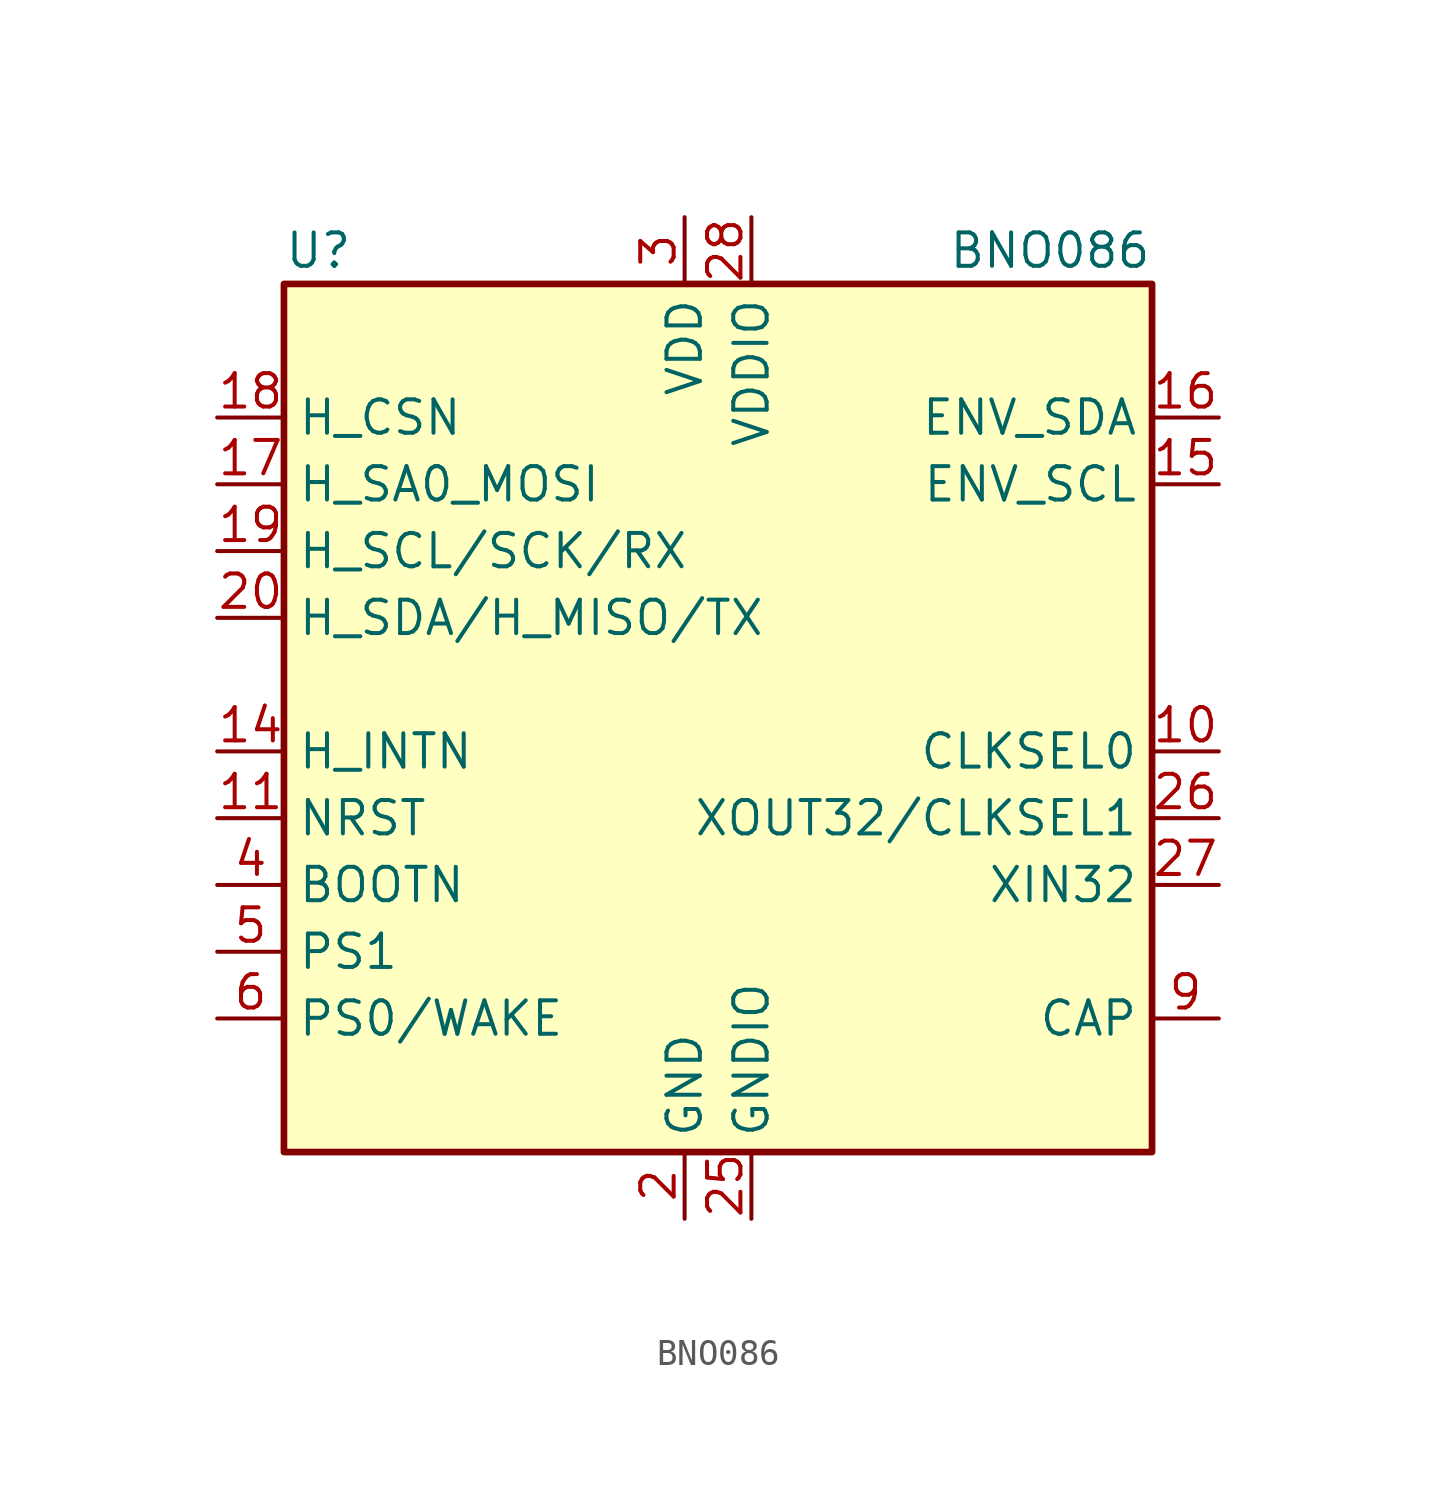
<source format=kicad_sym>
(kicad_symbol_lib
  (version 20220914)
  (generator kicad_symbol_editor)
  (symbol "BNO086"
    (property "Reference" "U"
      (at -15.24 16.51 0)
      (effects (font (size 1.27 1.27)) (justify left)))
    (property "Value" "BNO086"
      (at 17.78 16.51 0)
      (effects (font (size 1.27 1.27)) (justify right)))
    (symbol "BNO086_1_0"
      (pin no_connect line (at 20.32 -15.24 180) (length 2.54) hide (name "RESV_NC" (effects (font (size 1.27 1.27)))) (number "1" (effects (font (size 1.27 1.27)))))
      (pin no_connect line (at 20.32 -15.24 180) (length 2.54) hide (name "RESV_NC" (effects (font (size 1.27 1.27)))) (number "12" (effects (font (size 1.27 1.27)))))
      (pin no_connect line (at 20.32 -15.24 180) (length 2.54) hide (name "RESV_NC" (effects (font (size 1.27 1.27)))) (number "13" (effects (font (size 1.27 1.27)))))
      (pin no_connect line (at 20.32 -15.24 180) (length 2.54) hide (name "RESV_NC" (effects (font (size 1.27 1.27)))) (number "21" (effects (font (size 1.27 1.27)))))
      (pin no_connect line (at 20.32 -15.24 180) (length 2.54) hide (name "RESV_NC" (effects (font (size 1.27 1.27)))) (number "22" (effects (font (size 1.27 1.27)))))
      (pin no_connect line (at 20.32 -15.24 180) (length 2.54) hide (name "RESV_NC" (effects (font (size 1.27 1.27)))) (number "23" (effects (font (size 1.27 1.27)))))
      (pin no_connect line (at 20.32 -15.24 180) (length 2.54) hide (name "RESV_NC" (effects (font (size 1.27 1.27)))) (number "24" (effects (font (size 1.27 1.27)))))
      (pin no_connect line (at 20.32 -15.24 180) (length 2.54) hide (name "RESV_NC" (effects (font (size 1.27 1.27)))) (number "7" (effects (font (size 1.27 1.27)))))
      (pin no_connect line (at 20.32 -15.24 180) (length 2.54) hide (name "RESV_NC" (effects (font (size 1.27 1.27)))) (number "8" (effects (font (size 1.27 1.27))))))
    (symbol "BNO086_1_1"
      (rectangle (start -15.24 15.24) (end 17.78 -17.78) (stroke (width 0.254) (type default)) (fill (type background)))
      (pin input line (at 20.32 -2.54 180) (length 2.54) (name "CLKSEL0" (effects (font (size 1.27 1.27)))) (number "10" (effects (font (size 1.27 1.27)))))
      (pin input line (at -17.78 -5.08 0) (length 2.54) (name "NRST" (effects (font (size 1.27 1.27)))) (number "11" (effects (font (size 1.27 1.27)))))
      (pin output line (at -17.78 -2.54 0) (length 2.54) (name "H_INTN" (effects (font (size 1.27 1.27)))) (number "14" (effects (font (size 1.27 1.27)))))
      (pin bidirectional line (at 20.32 7.62 180) (length 2.54) (name "ENV_SCL" (effects (font (size 1.27 1.27)))) (number "15" (effects (font (size 1.27 1.27)))))
      (pin bidirectional line (at 20.32 10.16 180) (length 2.54) (name "ENV_SDA" (effects (font (size 1.27 1.27)))) (number "16" (effects (font (size 1.27 1.27)))))
      (pin input line (at -17.78 7.62 0) (length 2.54) (name "H_SA0_MOSI" (effects (font (size 1.27 1.27)))) (number "17" (effects (font (size 1.27 1.27)))))
      (pin input line (at -17.78 10.16 0) (length 2.54) (name "H_CSN" (effects (font (size 1.27 1.27)))) (number "18" (effects (font (size 1.27 1.27)))))
      (pin bidirectional line (at -17.78 5.08 0) (length 2.54) (name "H_SCL/SCK/RX" (effects (font (size 1.27 1.27)))) (number "19" (effects (font (size 1.27 1.27)))))
      (pin power_in line (at 0 -20.32 90) (length 2.54) (name "GND" (effects (font (size 1.27 1.27)))) (number "2" (effects (font (size 1.27 1.27)))))
      (pin bidirectional line (at -17.78 2.54 0) (length 2.54) (name "H_SDA/H_MISO/TX" (effects (font (size 1.27 1.27)))) (number "20" (effects (font (size 1.27 1.27)))))
      (pin power_in line (at 2.54 -20.32 90) (length 2.54) (name "GNDIO" (effects (font (size 1.27 1.27)))) (number "25" (effects (font (size 1.27 1.27)))))
      (pin output line (at 20.32 -5.08 180) (length 2.54) (name "XOUT32/CLKSEL1" (effects (font (size 1.27 1.27)))) (number "26" (effects (font (size 1.27 1.27)))))
      (pin input line (at 20.32 -7.62 180) (length 2.54) (name "XIN32" (effects (font (size 1.27 1.27)))) (number "27" (effects (font (size 1.27 1.27)))))
      (pin power_in line (at 2.54 17.78 270) (length 2.54) (name "VDDIO" (effects (font (size 1.27 1.27)))) (number "28" (effects (font (size 1.27 1.27)))))
      (pin power_in line (at 0 17.78 270) (length 2.54) (name "VDD" (effects (font (size 1.27 1.27)))) (number "3" (effects (font (size 1.27 1.27)))))
      (pin input line (at -17.78 -7.62 0) (length 2.54) (name "BOOTN" (effects (font (size 1.27 1.27)))) (number "4" (effects (font (size 1.27 1.27)))))
      (pin input line (at -17.78 -10.16 0) (length 2.54) (name "PS1" (effects (font (size 1.27 1.27)))) (number "5" (effects (font (size 1.27 1.27)))))
      (pin input line (at -17.78 -12.7 0) (length 2.54) (name "PS0/WAKE" (effects (font (size 1.27 1.27)))) (number "6" (effects (font (size 1.27 1.27)))))
      (pin passive line (at 20.32 -12.7 180) (length 2.54) (name "CAP" (effects (font (size 1.27 1.27)))) (number "9" (effects (font (size 1.27 1.27))))))))
</source>
